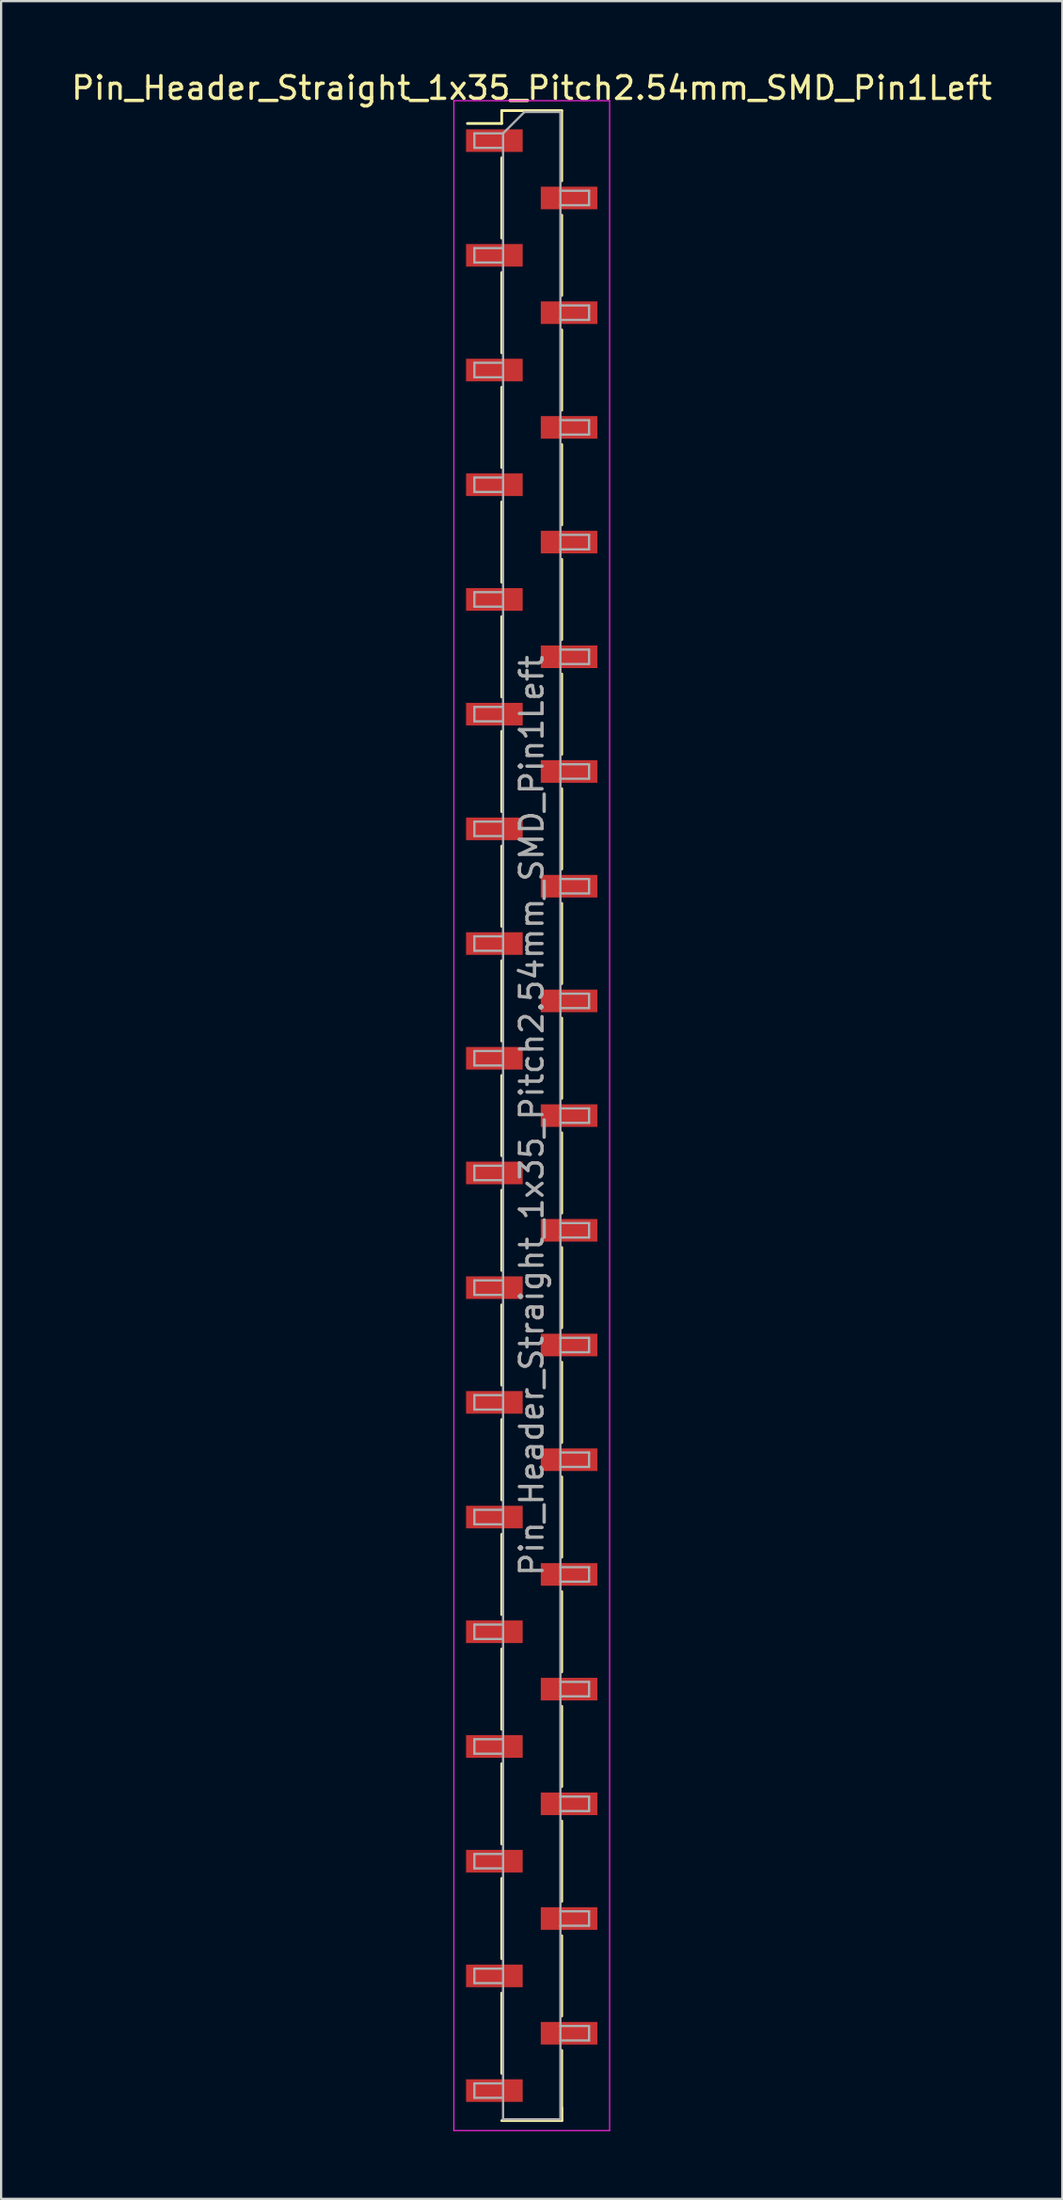
<source format=kicad_pcb>
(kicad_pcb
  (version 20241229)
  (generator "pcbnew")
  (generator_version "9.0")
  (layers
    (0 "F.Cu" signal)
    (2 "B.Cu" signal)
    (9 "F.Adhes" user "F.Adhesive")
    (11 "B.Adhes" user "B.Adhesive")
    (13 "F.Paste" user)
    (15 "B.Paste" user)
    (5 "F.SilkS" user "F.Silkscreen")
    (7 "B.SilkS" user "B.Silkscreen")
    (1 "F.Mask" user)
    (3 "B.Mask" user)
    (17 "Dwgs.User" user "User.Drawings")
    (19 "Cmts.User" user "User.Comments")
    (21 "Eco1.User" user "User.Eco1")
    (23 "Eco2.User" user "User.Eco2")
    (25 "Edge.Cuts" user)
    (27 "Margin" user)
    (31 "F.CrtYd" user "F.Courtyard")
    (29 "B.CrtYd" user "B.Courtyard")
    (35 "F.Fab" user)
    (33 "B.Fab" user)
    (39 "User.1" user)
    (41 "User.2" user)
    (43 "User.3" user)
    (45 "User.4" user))
  (footprint "Pin_Header_Straight_1x35_Pitch2.54mm_SMD_Pin1Left"
    (layer "F.Cu")
    (at 20.506 46.358)
    (property "Reference" "Pin_Header_Straight_1x35_Pitch2.54mm_SMD_Pin1Left" (at 0 -45.51 0) (layer "F.SilkS") (effects (font (size 1 1) (thickness 0.15))))
    (attr smd)
    (fp_line (start -1.33 -44.51) (end -1.33 -43.94) (stroke (width 0.12) (type solid)) (layer "F.SilkS"))
    (fp_line (start -1.33 -44.51) (end 1.33 -44.51) (stroke (width 0.12) (type solid)) (layer "F.SilkS"))
    (fp_line (start -1.33 -43.94) (end -2.85 -43.94) (stroke (width 0.12) (type solid)) (layer "F.SilkS"))
    (fp_line (start -1.33 -42.42) (end -1.33 -38.86) (stroke (width 0.12) (type solid)) (layer "F.SilkS"))
    (fp_line (start -1.33 -37.34) (end -1.33 -33.78) (stroke (width 0.12) (type solid)) (layer "F.SilkS"))
    (fp_line (start -1.33 -32.26) (end -1.33 -28.7) (stroke (width 0.12) (type solid)) (layer "F.SilkS"))
    (fp_line (start -1.33 -27.18) (end -1.33 -23.62) (stroke (width 0.12) (type solid)) (layer "F.SilkS"))
    (fp_line (start -1.33 -22.1) (end -1.33 -18.54) (stroke (width 0.12) (type solid)) (layer "F.SilkS"))
    (fp_line (start -1.33 -17.02) (end -1.33 -13.46) (stroke (width 0.12) (type solid)) (layer "F.SilkS"))
    (fp_line (start -1.33 -11.94) (end -1.33 -8.38) (stroke (width 0.12) (type solid)) (layer "F.SilkS"))
    (fp_line (start -1.33 -6.86) (end -1.33 -3.3) (stroke (width 0.12) (type solid)) (layer "F.SilkS"))
    (fp_line (start -1.33 -1.78) (end -1.33 1.78) (stroke (width 0.12) (type solid)) (layer "F.SilkS"))
    (fp_line (start -1.33 3.3) (end -1.33 6.86) (stroke (width 0.12) (type solid)) (layer "F.SilkS"))
    (fp_line (start -1.33 8.38) (end -1.33 11.94) (stroke (width 0.12) (type solid)) (layer "F.SilkS"))
    (fp_line (start -1.33 13.46) (end -1.33 17.02) (stroke (width 0.12) (type solid)) (layer "F.SilkS"))
    (fp_line (start -1.33 18.54) (end -1.33 22.1) (stroke (width 0.12) (type solid)) (layer "F.SilkS"))
    (fp_line (start -1.33 23.62) (end -1.33 27.18) (stroke (width 0.12) (type solid)) (layer "F.SilkS"))
    (fp_line (start -1.33 28.7) (end -1.33 32.26) (stroke (width 0.12) (type solid)) (layer "F.SilkS"))
    (fp_line (start -1.33 33.78) (end -1.33 37.34) (stroke (width 0.12) (type solid)) (layer "F.SilkS"))
    (fp_line (start -1.33 38.86) (end -1.33 42.42) (stroke (width 0.12) (type solid)) (layer "F.SilkS"))
    (fp_line (start -1.33 44.51) (end 1.33 44.51) (stroke (width 0.12) (type solid)) (layer "F.SilkS"))
    (fp_line (start 1.33 -44.51) (end 1.33 -41.4) (stroke (width 0.12) (type solid)) (layer "F.SilkS"))
    (fp_line (start 1.33 -39.88) (end 1.33 -36.32) (stroke (width 0.12) (type solid)) (layer "F.SilkS"))
    (fp_line (start 1.33 -34.8) (end 1.33 -31.24) (stroke (width 0.12) (type solid)) (layer "F.SilkS"))
    (fp_line (start 1.33 -29.72) (end 1.33 -26.16) (stroke (width 0.12) (type solid)) (layer "F.SilkS"))
    (fp_line (start 1.33 -24.64) (end 1.33 -21.08) (stroke (width 0.12) (type solid)) (layer "F.SilkS"))
    (fp_line (start 1.33 -19.56) (end 1.33 -16) (stroke (width 0.12) (type solid)) (layer "F.SilkS"))
    (fp_line (start 1.33 -14.48) (end 1.33 -10.92) (stroke (width 0.12) (type solid)) (layer "F.SilkS"))
    (fp_line (start 1.33 -9.4) (end 1.33 -5.84) (stroke (width 0.12) (type solid)) (layer "F.SilkS"))
    (fp_line (start 1.33 -4.32) (end 1.33 -0.76) (stroke (width 0.12) (type solid)) (layer "F.SilkS"))
    (fp_line (start 1.33 0.76) (end 1.33 4.32) (stroke (width 0.12) (type solid)) (layer "F.SilkS"))
    (fp_line (start 1.33 5.84) (end 1.33 9.4) (stroke (width 0.12) (type solid)) (layer "F.SilkS"))
    (fp_line (start 1.33 10.92) (end 1.33 14.48) (stroke (width 0.12) (type solid)) (layer "F.SilkS"))
    (fp_line (start 1.33 16) (end 1.33 19.56) (stroke (width 0.12) (type solid)) (layer "F.SilkS"))
    (fp_line (start 1.33 21.08) (end 1.33 24.64) (stroke (width 0.12) (type solid)) (layer "F.SilkS"))
    (fp_line (start 1.33 26.16) (end 1.33 29.72) (stroke (width 0.12) (type solid)) (layer "F.SilkS"))
    (fp_line (start 1.33 31.24) (end 1.33 34.8) (stroke (width 0.12) (type solid)) (layer "F.SilkS"))
    (fp_line (start 1.33 36.32) (end 1.33 39.88) (stroke (width 0.12) (type solid)) (layer "F.SilkS"))
    (fp_line (start 1.33 41.4) (end 1.33 44.51) (stroke (width 0.12) (type solid)) (layer "F.SilkS"))
    (fp_line (start 1.33 43.94) (end 1.33 44.51) (stroke (width 0.12) (type solid)) (layer "F.SilkS"))
    (fp_line (start -3.45 -44.95) (end -3.45 44.95) (stroke (width 0.05) (type solid)) (layer "F.CrtYd"))
    (fp_line (start -3.45 44.95) (end 3.45 44.95) (stroke (width 0.05) (type solid)) (layer "F.CrtYd"))
    (fp_line (start 3.45 -44.95) (end -3.45 -44.95) (stroke (width 0.05) (type solid)) (layer "F.CrtYd"))
    (fp_line (start 3.45 44.95) (end 3.45 -44.95) (stroke (width 0.05) (type solid)) (layer "F.CrtYd"))
    (fp_line (start -2.54 -43.5) (end -2.54 -42.86) (stroke (width 0.1) (type solid)) (layer "F.Fab"))
    (fp_line (start -2.54 -42.86) (end -1.27 -42.86) (stroke (width 0.1) (type solid)) (layer "F.Fab"))
    (fp_line (start -2.54 -38.42) (end -2.54 -37.78) (stroke (width 0.1) (type solid)) (layer "F.Fab"))
    (fp_line (start -2.54 -37.78) (end -1.27 -37.78) (stroke (width 0.1) (type solid)) (layer "F.Fab"))
    (fp_line (start -2.54 -33.34) (end -2.54 -32.7) (stroke (width 0.1) (type solid)) (layer "F.Fab"))
    (fp_line (start -2.54 -32.7) (end -1.27 -32.7) (stroke (width 0.1) (type solid)) (layer "F.Fab"))
    (fp_line (start -2.54 -28.26) (end -2.54 -27.62) (stroke (width 0.1) (type solid)) (layer "F.Fab"))
    (fp_line (start -2.54 -27.62) (end -1.27 -27.62) (stroke (width 0.1) (type solid)) (layer "F.Fab"))
    (fp_line (start -2.54 -23.18) (end -2.54 -22.54) (stroke (width 0.1) (type solid)) (layer "F.Fab"))
    (fp_line (start -2.54 -22.54) (end -1.27 -22.54) (stroke (width 0.1) (type solid)) (layer "F.Fab"))
    (fp_line (start -2.54 -18.1) (end -2.54 -17.46) (stroke (width 0.1) (type solid)) (layer "F.Fab"))
    (fp_line (start -2.54 -17.46) (end -1.27 -17.46) (stroke (width 0.1) (type solid)) (layer "F.Fab"))
    (fp_line (start -2.54 -13.02) (end -2.54 -12.38) (stroke (width 0.1) (type solid)) (layer "F.Fab"))
    (fp_line (start -2.54 -12.38) (end -1.27 -12.38) (stroke (width 0.1) (type solid)) (layer "F.Fab"))
    (fp_line (start -2.54 -7.94) (end -2.54 -7.3) (stroke (width 0.1) (type solid)) (layer "F.Fab"))
    (fp_line (start -2.54 -7.3) (end -1.27 -7.3) (stroke (width 0.1) (type solid)) (layer "F.Fab"))
    (fp_line (start -2.54 -2.86) (end -2.54 -2.22) (stroke (width 0.1) (type solid)) (layer "F.Fab"))
    (fp_line (start -2.54 -2.22) (end -1.27 -2.22) (stroke (width 0.1) (type solid)) (layer "F.Fab"))
    (fp_line (start -2.54 2.22) (end -2.54 2.86) (stroke (width 0.1) (type solid)) (layer "F.Fab"))
    (fp_line (start -2.54 2.86) (end -1.27 2.86) (stroke (width 0.1) (type solid)) (layer "F.Fab"))
    (fp_line (start -2.54 7.3) (end -2.54 7.94) (stroke (width 0.1) (type solid)) (layer "F.Fab"))
    (fp_line (start -2.54 7.94) (end -1.27 7.94) (stroke (width 0.1) (type solid)) (layer "F.Fab"))
    (fp_line (start -2.54 12.38) (end -2.54 13.02) (stroke (width 0.1) (type solid)) (layer "F.Fab"))
    (fp_line (start -2.54 13.02) (end -1.27 13.02) (stroke (width 0.1) (type solid)) (layer "F.Fab"))
    (fp_line (start -2.54 17.46) (end -2.54 18.1) (stroke (width 0.1) (type solid)) (layer "F.Fab"))
    (fp_line (start -2.54 18.1) (end -1.27 18.1) (stroke (width 0.1) (type solid)) (layer "F.Fab"))
    (fp_line (start -2.54 22.54) (end -2.54 23.18) (stroke (width 0.1) (type solid)) (layer "F.Fab"))
    (fp_line (start -2.54 23.18) (end -1.27 23.18) (stroke (width 0.1) (type solid)) (layer "F.Fab"))
    (fp_line (start -2.54 27.62) (end -2.54 28.26) (stroke (width 0.1) (type solid)) (layer "F.Fab"))
    (fp_line (start -2.54 28.26) (end -1.27 28.26) (stroke (width 0.1) (type solid)) (layer "F.Fab"))
    (fp_line (start -2.54 32.7) (end -2.54 33.34) (stroke (width 0.1) (type solid)) (layer "F.Fab"))
    (fp_line (start -2.54 33.34) (end -1.27 33.34) (stroke (width 0.1) (type solid)) (layer "F.Fab"))
    (fp_line (start -2.54 37.78) (end -2.54 38.42) (stroke (width 0.1) (type solid)) (layer "F.Fab"))
    (fp_line (start -2.54 38.42) (end -1.27 38.42) (stroke (width 0.1) (type solid)) (layer "F.Fab"))
    (fp_line (start -2.54 42.86) (end -2.54 43.5) (stroke (width 0.1) (type solid)) (layer "F.Fab"))
    (fp_line (start -2.54 43.5) (end -1.27 43.5) (stroke (width 0.1) (type solid)) (layer "F.Fab"))
    (fp_line (start -1.27 -43.5) (end -2.54 -43.5) (stroke (width 0.1) (type solid)) (layer "F.Fab"))
    (fp_line (start -1.27 -43.5) (end -0.32 -44.45) (stroke (width 0.1) (type solid)) (layer "F.Fab"))
    (fp_line (start -1.27 -38.42) (end -2.54 -38.42) (stroke (width 0.1) (type solid)) (layer "F.Fab"))
    (fp_line (start -1.27 -33.34) (end -2.54 -33.34) (stroke (width 0.1) (type solid)) (layer "F.Fab"))
    (fp_line (start -1.27 -28.26) (end -2.54 -28.26) (stroke (width 0.1) (type solid)) (layer "F.Fab"))
    (fp_line (start -1.27 -23.18) (end -2.54 -23.18) (stroke (width 0.1) (type solid)) (layer "F.Fab"))
    (fp_line (start -1.27 -18.1) (end -2.54 -18.1) (stroke (width 0.1) (type solid)) (layer "F.Fab"))
    (fp_line (start -1.27 -13.02) (end -2.54 -13.02) (stroke (width 0.1) (type solid)) (layer "F.Fab"))
    (fp_line (start -1.27 -7.94) (end -2.54 -7.94) (stroke (width 0.1) (type solid)) (layer "F.Fab"))
    (fp_line (start -1.27 -2.86) (end -2.54 -2.86) (stroke (width 0.1) (type solid)) (layer "F.Fab"))
    (fp_line (start -1.27 2.22) (end -2.54 2.22) (stroke (width 0.1) (type solid)) (layer "F.Fab"))
    (fp_line (start -1.27 7.3) (end -2.54 7.3) (stroke (width 0.1) (type solid)) (layer "F.Fab"))
    (fp_line (start -1.27 12.38) (end -2.54 12.38) (stroke (width 0.1) (type solid)) (layer "F.Fab"))
    (fp_line (start -1.27 17.46) (end -2.54 17.46) (stroke (width 0.1) (type solid)) (layer "F.Fab"))
    (fp_line (start -1.27 22.54) (end -2.54 22.54) (stroke (width 0.1) (type solid)) (layer "F.Fab"))
    (fp_line (start -1.27 27.62) (end -2.54 27.62) (stroke (width 0.1) (type solid)) (layer "F.Fab"))
    (fp_line (start -1.27 32.7) (end -2.54 32.7) (stroke (width 0.1) (type solid)) (layer "F.Fab"))
    (fp_line (start -1.27 37.78) (end -2.54 37.78) (stroke (width 0.1) (type solid)) (layer "F.Fab"))
    (fp_line (start -1.27 42.86) (end -2.54 42.86) (stroke (width 0.1) (type solid)) (layer "F.Fab"))
    (fp_line (start -1.27 44.45) (end -1.27 -43.5) (stroke (width 0.1) (type solid)) (layer "F.Fab"))
    (fp_line (start -0.32 -44.45) (end 1.27 -44.45) (stroke (width 0.1) (type solid)) (layer "F.Fab"))
    (fp_line (start 1.27 -44.45) (end 1.27 44.45) (stroke (width 0.1) (type solid)) (layer "F.Fab"))
    (fp_line (start 1.27 -40.96) (end 2.54 -40.96) (stroke (width 0.1) (type solid)) (layer "F.Fab"))
    (fp_line (start 1.27 -35.88) (end 2.54 -35.88) (stroke (width 0.1) (type solid)) (layer "F.Fab"))
    (fp_line (start 1.27 -30.8) (end 2.54 -30.8) (stroke (width 0.1) (type solid)) (layer "F.Fab"))
    (fp_line (start 1.27 -25.72) (end 2.54 -25.72) (stroke (width 0.1) (type solid)) (layer "F.Fab"))
    (fp_line (start 1.27 -20.64) (end 2.54 -20.64) (stroke (width 0.1) (type solid)) (layer "F.Fab"))
    (fp_line (start 1.27 -15.56) (end 2.54 -15.56) (stroke (width 0.1) (type solid)) (layer "F.Fab"))
    (fp_line (start 1.27 -10.48) (end 2.54 -10.48) (stroke (width 0.1) (type solid)) (layer "F.Fab"))
    (fp_line (start 1.27 -5.4) (end 2.54 -5.4) (stroke (width 0.1) (type solid)) (layer "F.Fab"))
    (fp_line (start 1.27 -0.32) (end 2.54 -0.32) (stroke (width 0.1) (type solid)) (layer "F.Fab"))
    (fp_line (start 1.27 4.76) (end 2.54 4.76) (stroke (width 0.1) (type solid)) (layer "F.Fab"))
    (fp_line (start 1.27 9.84) (end 2.54 9.84) (stroke (width 0.1) (type solid)) (layer "F.Fab"))
    (fp_line (start 1.27 14.92) (end 2.54 14.92) (stroke (width 0.1) (type solid)) (layer "F.Fab"))
    (fp_line (start 1.27 20) (end 2.54 20) (stroke (width 0.1) (type solid)) (layer "F.Fab"))
    (fp_line (start 1.27 25.08) (end 2.54 25.08) (stroke (width 0.1) (type solid)) (layer "F.Fab"))
    (fp_line (start 1.27 30.16) (end 2.54 30.16) (stroke (width 0.1) (type solid)) (layer "F.Fab"))
    (fp_line (start 1.27 35.24) (end 2.54 35.24) (stroke (width 0.1) (type solid)) (layer "F.Fab"))
    (fp_line (start 1.27 40.32) (end 2.54 40.32) (stroke (width 0.1) (type solid)) (layer "F.Fab"))
    (fp_line (start 1.27 44.45) (end -1.27 44.45) (stroke (width 0.1) (type solid)) (layer "F.Fab"))
    (fp_line (start 2.54 -40.96) (end 2.54 -40.32) (stroke (width 0.1) (type solid)) (layer "F.Fab"))
    (fp_line (start 2.54 -40.32) (end 1.27 -40.32) (stroke (width 0.1) (type solid)) (layer "F.Fab"))
    (fp_line (start 2.54 -35.88) (end 2.54 -35.24) (stroke (width 0.1) (type solid)) (layer "F.Fab"))
    (fp_line (start 2.54 -35.24) (end 1.27 -35.24) (stroke (width 0.1) (type solid)) (layer "F.Fab"))
    (fp_line (start 2.54 -30.8) (end 2.54 -30.16) (stroke (width 0.1) (type solid)) (layer "F.Fab"))
    (fp_line (start 2.54 -30.16) (end 1.27 -30.16) (stroke (width 0.1) (type solid)) (layer "F.Fab"))
    (fp_line (start 2.54 -25.72) (end 2.54 -25.08) (stroke (width 0.1) (type solid)) (layer "F.Fab"))
    (fp_line (start 2.54 -25.08) (end 1.27 -25.08) (stroke (width 0.1) (type solid)) (layer "F.Fab"))
    (fp_line (start 2.54 -20.64) (end 2.54 -20) (stroke (width 0.1) (type solid)) (layer "F.Fab"))
    (fp_line (start 2.54 -20) (end 1.27 -20) (stroke (width 0.1) (type solid)) (layer "F.Fab"))
    (fp_line (start 2.54 -15.56) (end 2.54 -14.92) (stroke (width 0.1) (type solid)) (layer "F.Fab"))
    (fp_line (start 2.54 -14.92) (end 1.27 -14.92) (stroke (width 0.1) (type solid)) (layer "F.Fab"))
    (fp_line (start 2.54 -10.48) (end 2.54 -9.84) (stroke (width 0.1) (type solid)) (layer "F.Fab"))
    (fp_line (start 2.54 -9.84) (end 1.27 -9.84) (stroke (width 0.1) (type solid)) (layer "F.Fab"))
    (fp_line (start 2.54 -5.4) (end 2.54 -4.76) (stroke (width 0.1) (type solid)) (layer "F.Fab"))
    (fp_line (start 2.54 -4.76) (end 1.27 -4.76) (stroke (width 0.1) (type solid)) (layer "F.Fab"))
    (fp_line (start 2.54 -0.32) (end 2.54 0.32) (stroke (width 0.1) (type solid)) (layer "F.Fab"))
    (fp_line (start 2.54 0.32) (end 1.27 0.32) (stroke (width 0.1) (type solid)) (layer "F.Fab"))
    (fp_line (start 2.54 4.76) (end 2.54 5.4) (stroke (width 0.1) (type solid)) (layer "F.Fab"))
    (fp_line (start 2.54 5.4) (end 1.27 5.4) (stroke (width 0.1) (type solid)) (layer "F.Fab"))
    (fp_line (start 2.54 9.84) (end 2.54 10.48) (stroke (width 0.1) (type solid)) (layer "F.Fab"))
    (fp_line (start 2.54 10.48) (end 1.27 10.48) (stroke (width 0.1) (type solid)) (layer "F.Fab"))
    (fp_line (start 2.54 14.92) (end 2.54 15.56) (stroke (width 0.1) (type solid)) (layer "F.Fab"))
    (fp_line (start 2.54 15.56) (end 1.27 15.56) (stroke (width 0.1) (type solid)) (layer "F.Fab"))
    (fp_line (start 2.54 20) (end 2.54 20.64) (stroke (width 0.1) (type solid)) (layer "F.Fab"))
    (fp_line (start 2.54 20.64) (end 1.27 20.64) (stroke (width 0.1) (type solid)) (layer "F.Fab"))
    (fp_line (start 2.54 25.08) (end 2.54 25.72) (stroke (width 0.1) (type solid)) (layer "F.Fab"))
    (fp_line (start 2.54 25.72) (end 1.27 25.72) (stroke (width 0.1) (type solid)) (layer "F.Fab"))
    (fp_line (start 2.54 30.16) (end 2.54 30.8) (stroke (width 0.1) (type solid)) (layer "F.Fab"))
    (fp_line (start 2.54 30.8) (end 1.27 30.8) (stroke (width 0.1) (type solid)) (layer "F.Fab"))
    (fp_line (start 2.54 35.24) (end 2.54 35.88) (stroke (width 0.1) (type solid)) (layer "F.Fab"))
    (fp_line (start 2.54 35.88) (end 1.27 35.88) (stroke (width 0.1) (type solid)) (layer "F.Fab"))
    (fp_line (start 2.54 40.32) (end 2.54 40.96) (stroke (width 0.1) (type solid)) (layer "F.Fab"))
    (fp_line (start 2.54 40.96) (end 1.27 40.96) (stroke (width 0.1) (type solid)) (layer "F.Fab"))
    (fp_text user "${REFERENCE}" (at 0 0 90) (layer "F.Fab") (effects (font (size 1 1) (thickness 0.15))))
    (pad "1" smd rect (at -1.655 -43.18) (size 2.51 1) (layers "F.Cu" "F.Mask" "F.Paste"))
    (pad "2" smd rect (at 1.655 -40.64) (size 2.51 1) (layers "F.Cu" "F.Mask" "F.Paste"))
    (pad "3" smd rect (at -1.655 -38.1) (size 2.51 1) (layers "F.Cu" "F.Mask" "F.Paste"))
    (pad "4" smd rect (at 1.655 -35.56) (size 2.51 1) (layers "F.Cu" "F.Mask" "F.Paste"))
    (pad "5" smd rect (at -1.655 -33.02) (size 2.51 1) (layers "F.Cu" "F.Mask" "F.Paste"))
    (pad "6" smd rect (at 1.655 -30.48) (size 2.51 1) (layers "F.Cu" "F.Mask" "F.Paste"))
    (pad "7" smd rect (at -1.655 -27.94) (size 2.51 1) (layers "F.Cu" "F.Mask" "F.Paste"))
    (pad "8" smd rect (at 1.655 -25.4) (size 2.51 1) (layers "F.Cu" "F.Mask" "F.Paste"))
    (pad "9" smd rect (at -1.655 -22.86) (size 2.51 1) (layers "F.Cu" "F.Mask" "F.Paste"))
    (pad "10" smd rect (at 1.655 -20.32) (size 2.51 1) (layers "F.Cu" "F.Mask" "F.Paste"))
    (pad "11" smd rect (at -1.655 -17.78) (size 2.51 1) (layers "F.Cu" "F.Mask" "F.Paste"))
    (pad "12" smd rect (at 1.655 -15.24) (size 2.51 1) (layers "F.Cu" "F.Mask" "F.Paste"))
    (pad "13" smd rect (at -1.655 -12.7) (size 2.51 1) (layers "F.Cu" "F.Mask" "F.Paste"))
    (pad "14" smd rect (at 1.655 -10.16) (size 2.51 1) (layers "F.Cu" "F.Mask" "F.Paste"))
    (pad "15" smd rect (at -1.655 -7.62) (size 2.51 1) (layers "F.Cu" "F.Mask" "F.Paste"))
    (pad "16" smd rect (at 1.655 -5.08) (size 2.51 1) (layers "F.Cu" "F.Mask" "F.Paste"))
    (pad "17" smd rect (at -1.655 -2.54) (size 2.51 1) (layers "F.Cu" "F.Mask" "F.Paste"))
    (pad "18" smd rect (at 1.655 0) (size 2.51 1) (layers "F.Cu" "F.Mask" "F.Paste"))
    (pad "19" smd rect (at -1.655 2.54) (size 2.51 1) (layers "F.Cu" "F.Mask" "F.Paste"))
    (pad "20" smd rect (at 1.655 5.08) (size 2.51 1) (layers "F.Cu" "F.Mask" "F.Paste"))
    (pad "21" smd rect (at -1.655 7.62) (size 2.51 1) (layers "F.Cu" "F.Mask" "F.Paste"))
    (pad "22" smd rect (at 1.655 10.16) (size 2.51 1) (layers "F.Cu" "F.Mask" "F.Paste"))
    (pad "23" smd rect (at -1.655 12.7) (size 2.51 1) (layers "F.Cu" "F.Mask" "F.Paste"))
    (pad "24" smd rect (at 1.655 15.24) (size 2.51 1) (layers "F.Cu" "F.Mask" "F.Paste"))
    (pad "25" smd rect (at -1.655 17.78) (size 2.51 1) (layers "F.Cu" "F.Mask" "F.Paste"))
    (pad "26" smd rect (at 1.655 20.32) (size 2.51 1) (layers "F.Cu" "F.Mask" "F.Paste"))
    (pad "27" smd rect (at -1.655 22.86) (size 2.51 1) (layers "F.Cu" "F.Mask" "F.Paste"))
    (pad "28" smd rect (at 1.655 25.4) (size 2.51 1) (layers "F.Cu" "F.Mask" "F.Paste"))
    (pad "29" smd rect (at -1.655 27.94) (size 2.51 1) (layers "F.Cu" "F.Mask" "F.Paste"))
    (pad "30" smd rect (at 1.655 30.48) (size 2.51 1) (layers "F.Cu" "F.Mask" "F.Paste"))
    (pad "31" smd rect (at -1.655 33.02) (size 2.51 1) (layers "F.Cu" "F.Mask" "F.Paste"))
    (pad "32" smd rect (at 1.655 35.56) (size 2.51 1) (layers "F.Cu" "F.Mask" "F.Paste"))
    (pad "33" smd rect (at -1.655 38.1) (size 2.51 1) (layers "F.Cu" "F.Mask" "F.Paste"))
    (pad "34" smd rect (at 1.655 40.64) (size 2.51 1) (layers "F.Cu" "F.Mask" "F.Paste"))
    (pad "35" smd rect (at -1.655 43.18) (size 2.51 1) (layers "F.Cu" "F.Mask" "F.Paste")))
  (gr_rect
    (start -3 -3)
    (end 44.012 94.333)
    (stroke (width 0.1) (type default))
    (fill no)
    (layer "Edge.Cuts")))
</source>
